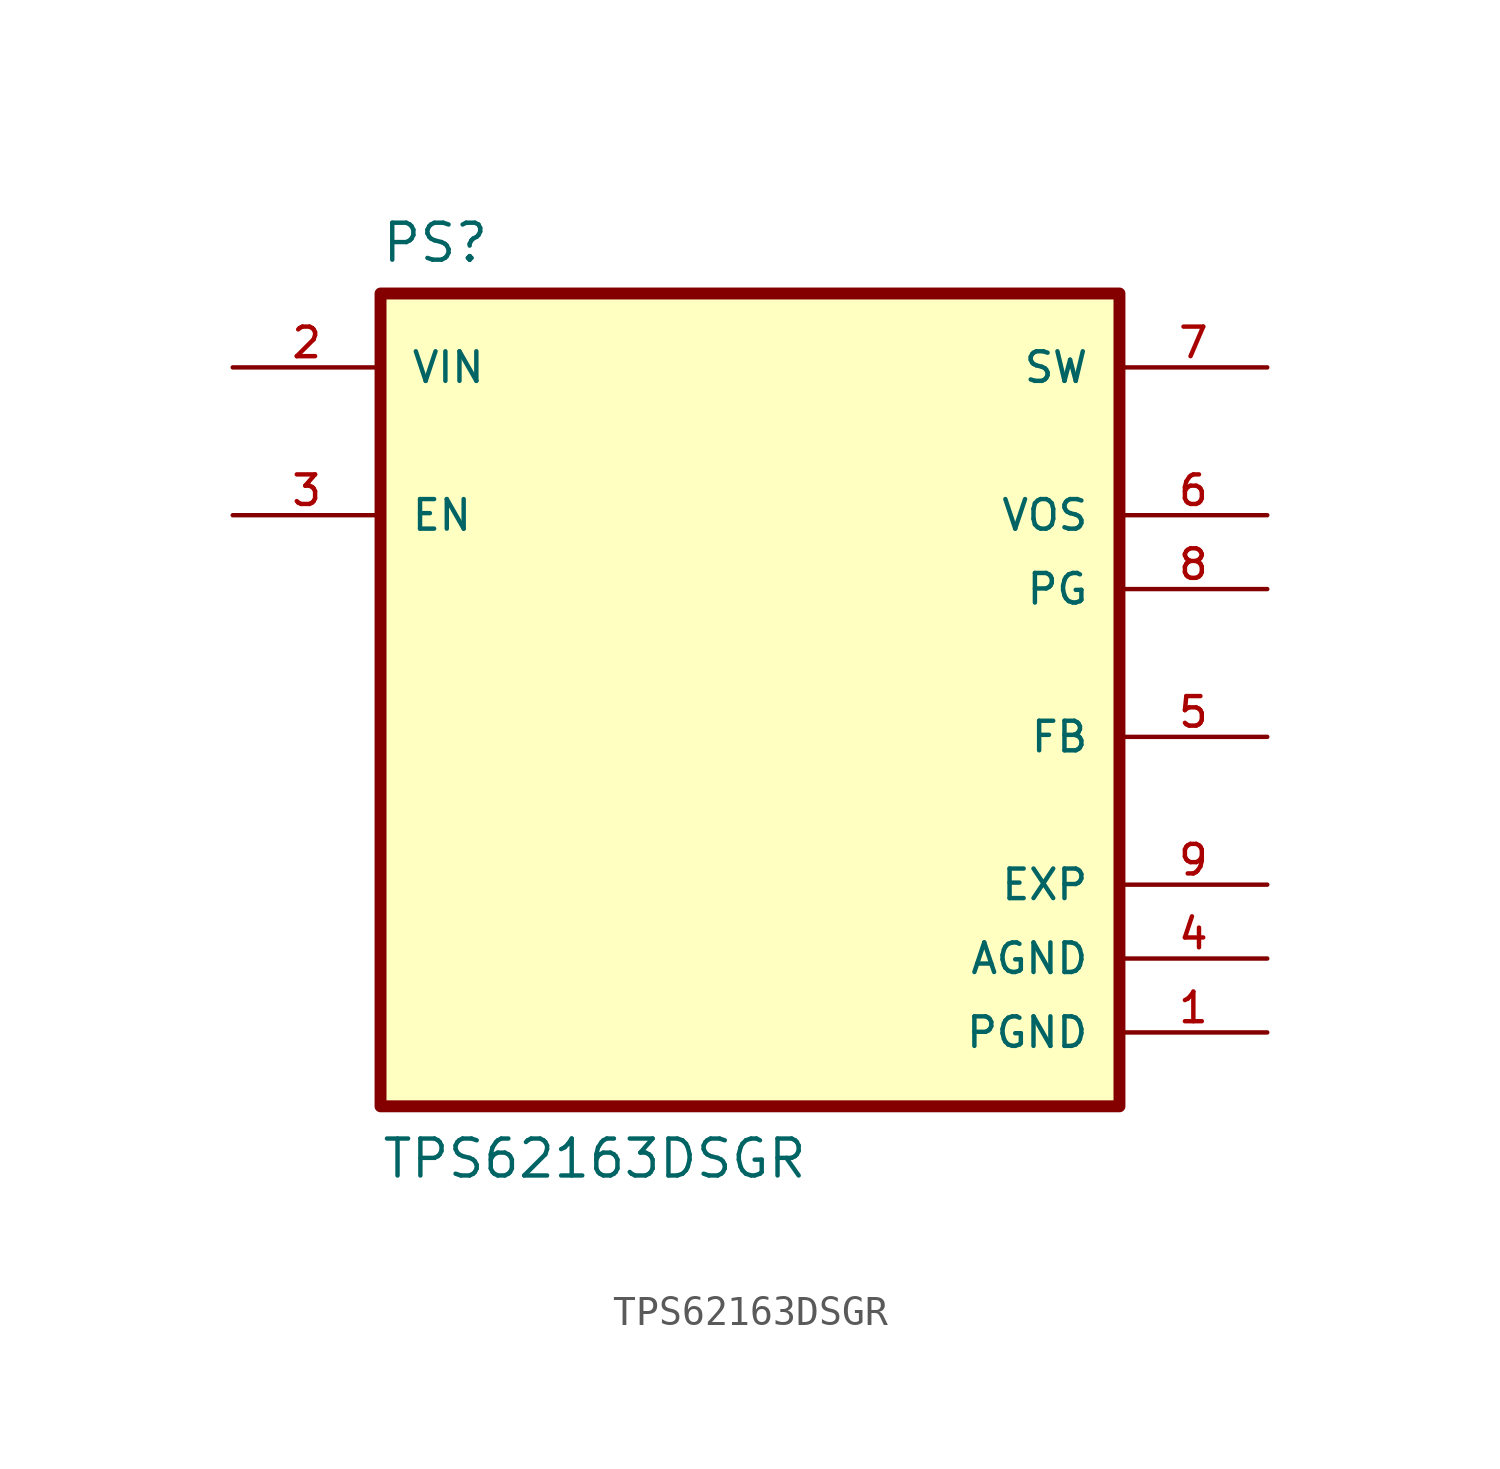
<source format=kicad_sym>
(kicad_symbol_lib
  (version 20220914)
  (generator kicad_symbol_editor)
  (symbol "TPS62163DSGR"
    (pin_names
      (offset 1.016))
    (property "Reference" "PS"
      (at -12.7 13.7 0)
      (effects (font (size 1.27 1.27)) (justify left bottom)))
    (property "Value" "TPS62163DSGR"
      (at -12.7 -17.78 0)
      (effects (font (size 1.27 1.27)) (justify left bottom)))
    (symbol "TPS62163DSGR_0_0"
      (rectangle (start -12.7 -15.24) (end 12.7 12.7) (stroke (width 0.41) (type default)) (fill (type background)))
      (pin power_in line (at 17.78 -12.7 180) (length 5.08) (name "PGND" (effects (font (size 1.016 1.016)))) (number "1" (effects (font (size 1.016 1.016)))))
      (pin input line (at -17.78 10.16 0) (length 5.08) (name "VIN" (effects (font (size 1.016 1.016)))) (number "2" (effects (font (size 1.016 1.016)))))
      (pin input line (at -17.78 5.08 0) (length 5.08) (name "EN" (effects (font (size 1.016 1.016)))) (number "3" (effects (font (size 1.016 1.016)))))
      (pin power_in line (at 17.78 -10.16 180) (length 5.08) (name "AGND" (effects (font (size 1.016 1.016)))) (number "4" (effects (font (size 1.016 1.016)))))
      (pin input line (at 17.78 -2.54 180) (length 5.08) (name "FB" (effects (font (size 1.016 1.016)))) (number "5" (effects (font (size 1.016 1.016)))))
      (pin input line (at 17.78 5.08 180) (length 5.08) (name "VOS" (effects (font (size 1.016 1.016)))) (number "6" (effects (font (size 1.016 1.016)))))
      (pin output line (at 17.78 10.16 180) (length 5.08) (name "SW" (effects (font (size 1.016 1.016)))) (number "7" (effects (font (size 1.016 1.016)))))
      (pin output line (at 17.78 2.54 180) (length 5.08) (name "PG" (effects (font (size 1.016 1.016)))) (number "8" (effects (font (size 1.016 1.016)))))
      (pin passive line (at 17.78 -7.62 180) (length 5.08) (name "EXP" (effects (font (size 1.016 1.016)))) (number "9" (effects (font (size 1.016 1.016))))))))
</source>
